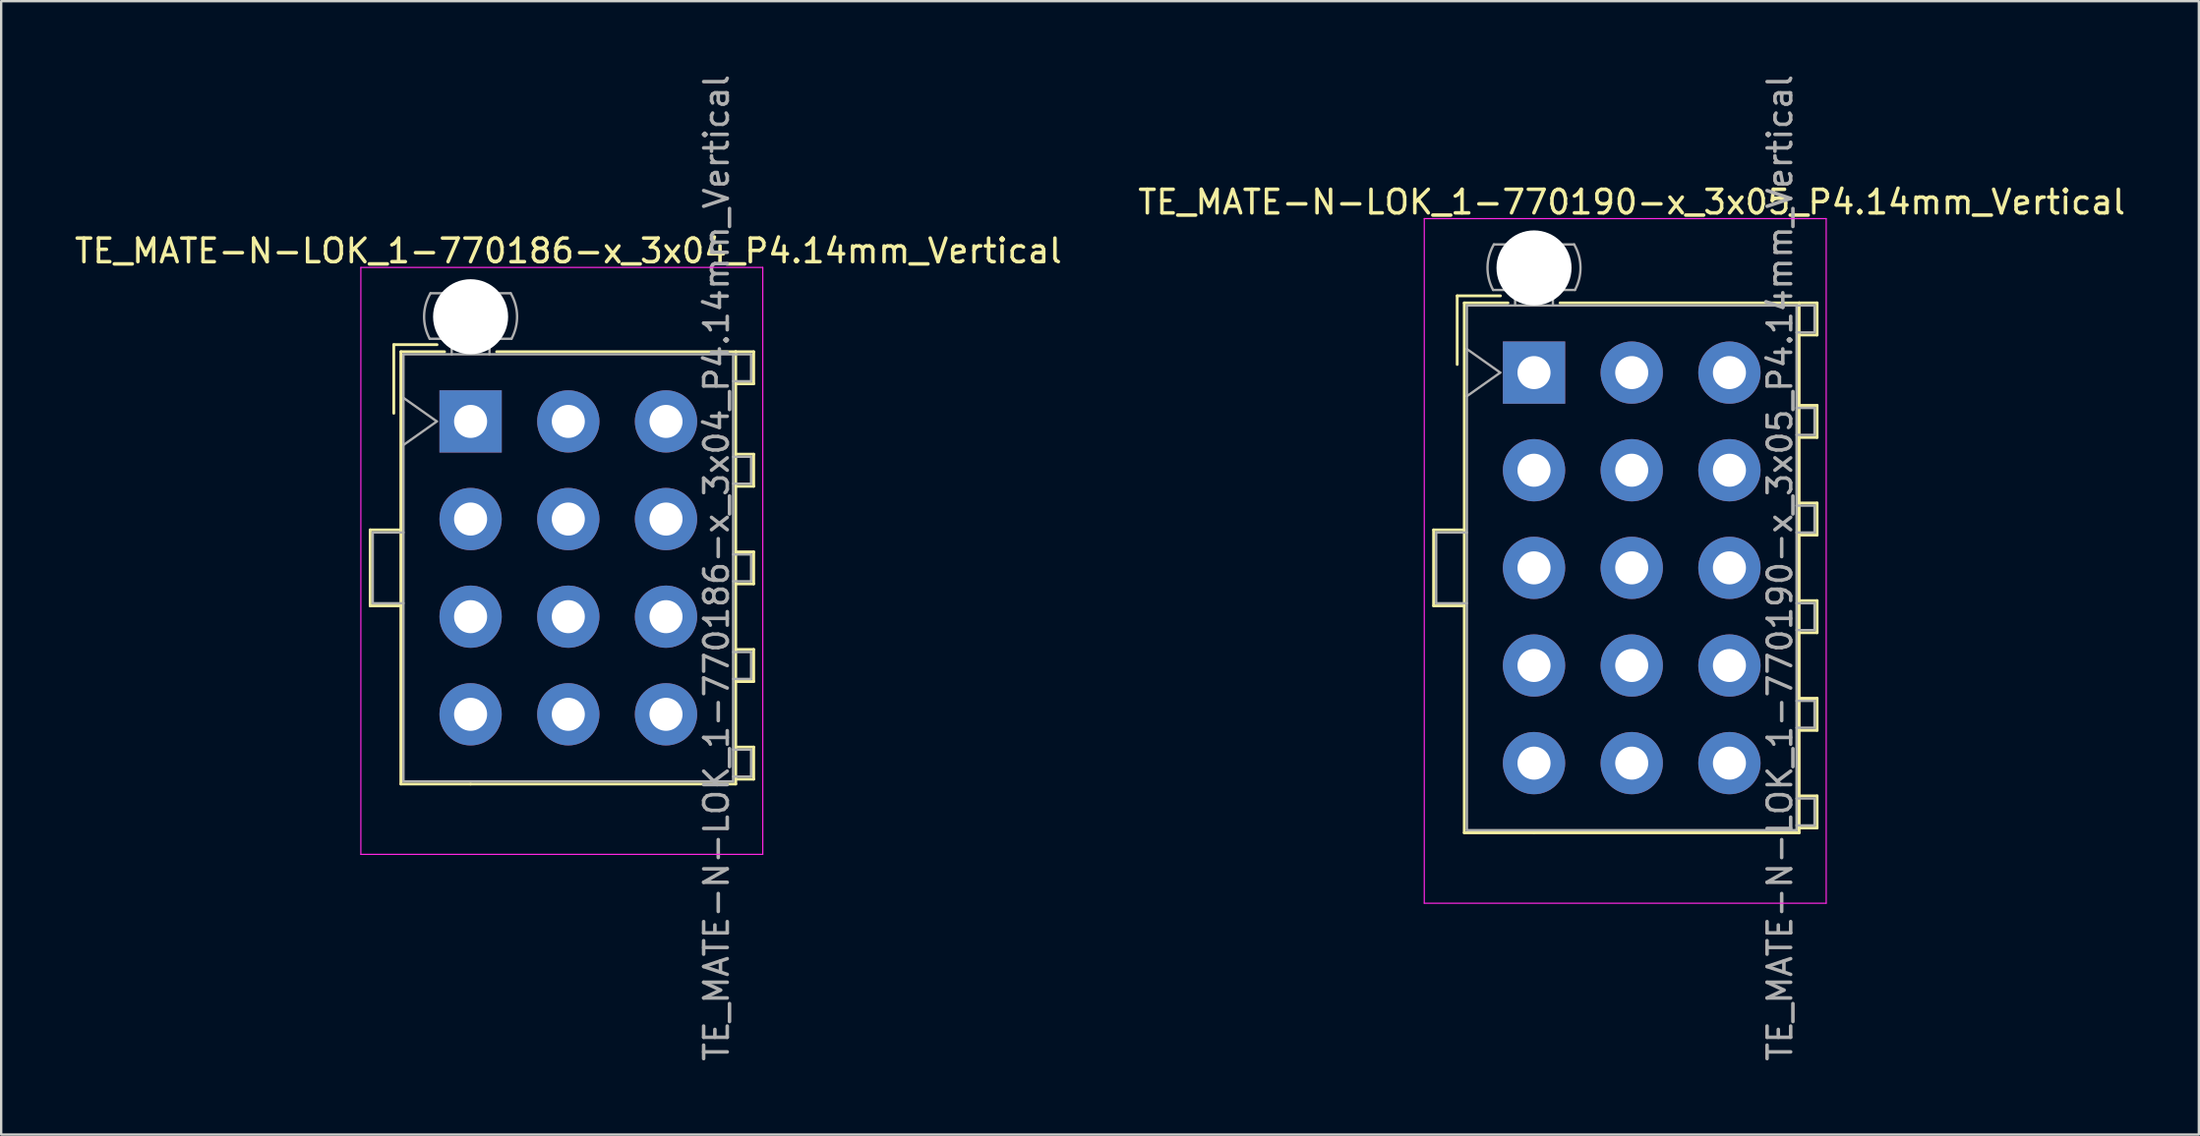
<source format=kicad_pcb>
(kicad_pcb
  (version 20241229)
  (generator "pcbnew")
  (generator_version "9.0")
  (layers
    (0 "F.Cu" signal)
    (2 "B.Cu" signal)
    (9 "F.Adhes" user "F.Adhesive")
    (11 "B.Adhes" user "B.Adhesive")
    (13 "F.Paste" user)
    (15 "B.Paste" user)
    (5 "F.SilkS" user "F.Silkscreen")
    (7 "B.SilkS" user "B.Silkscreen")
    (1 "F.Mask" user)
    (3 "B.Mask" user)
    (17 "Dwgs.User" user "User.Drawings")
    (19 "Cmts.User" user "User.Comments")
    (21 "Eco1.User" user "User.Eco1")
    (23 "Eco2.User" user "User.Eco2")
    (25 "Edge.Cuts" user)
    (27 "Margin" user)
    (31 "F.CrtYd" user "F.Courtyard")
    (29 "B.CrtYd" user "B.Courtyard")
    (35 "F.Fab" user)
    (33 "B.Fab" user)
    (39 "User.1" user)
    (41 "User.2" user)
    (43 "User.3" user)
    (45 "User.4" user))
  (footprint "TE_MATE-N-LOK_1-770186-x_3x04_P4.14mm_Vertical"
    (layer "F.Cu")
    (at 16.89 14.82)
    (property "Reference" "TE_MATE-N-LOK_1-770186-x_3x04_P4.14mm_Vertical" (at 4.14 -7.23 0) (layer "F.SilkS") (effects (font (size 1 1) (thickness 0.15))))
    (attr through_hole)
    (fp_line (start -4.255 4.6) (end -4.255 7.82) (stroke (width 0.12) (type solid)) (layer "F.SilkS"))
    (fp_line (start -4.255 7.82) (end -2.955 7.82) (stroke (width 0.12) (type solid)) (layer "F.SilkS"))
    (fp_line (start -3.255 -3.255) (end -3.255 -0.345) (stroke (width 0.12) (type solid)) (layer "F.SilkS"))
    (fp_line (start -2.955 -2.955) (end -2.955 15.375) (stroke (width 0.12) (type solid)) (layer "F.SilkS"))
    (fp_line (start -2.955 4.6) (end -4.255 4.6) (stroke (width 0.12) (type solid)) (layer "F.SilkS"))
    (fp_line (start -2.955 15.375) (end 0 15.375) (stroke (width 0.12) (type solid)) (layer "F.SilkS"))
    (fp_line (start -1.421 -3.255) (end -3.255 -3.255) (stroke (width 0.12) (type solid)) (layer "F.SilkS"))
    (fp_line (start -1.103 -2.955) (end -2.955 -2.955) (stroke (width 0.12) (type solid)) (layer "F.SilkS"))
    (fp_line (start 1.103 -2.955) (end 11.235 -2.955) (stroke (width 0.12) (type solid)) (layer "F.SilkS"))
    (fp_line (start 11.235 -2.955) (end 11.235 15.375) (stroke (width 0.12) (type solid)) (layer "F.SilkS"))
    (fp_line (start 11.235 -2.955) (end 11.995 -2.955) (stroke (width 0.12) (type solid)) (layer "F.SilkS"))
    (fp_line (start 11.235 1.39) (end 11.995 1.39) (stroke (width 0.12) (type solid)) (layer "F.SilkS"))
    (fp_line (start 11.235 5.53) (end 11.995 5.53) (stroke (width 0.12) (type solid)) (layer "F.SilkS"))
    (fp_line (start 11.235 9.67) (end 11.995 9.67) (stroke (width 0.12) (type solid)) (layer "F.SilkS"))
    (fp_line (start 11.235 13.81) (end 11.995 13.81) (stroke (width 0.12) (type solid)) (layer "F.SilkS"))
    (fp_line (start 11.235 15.375) (end 0 15.375) (stroke (width 0.12) (type solid)) (layer "F.SilkS"))
    (fp_line (start 11.995 -2.955) (end 11.995 -1.595) (stroke (width 0.12) (type solid)) (layer "F.SilkS"))
    (fp_line (start 11.995 -1.595) (end 11.235 -1.595) (stroke (width 0.12) (type solid)) (layer "F.SilkS"))
    (fp_line (start 11.995 1.39) (end 11.995 2.75) (stroke (width 0.12) (type solid)) (layer "F.SilkS"))
    (fp_line (start 11.995 2.75) (end 11.235 2.75) (stroke (width 0.12) (type solid)) (layer "F.SilkS"))
    (fp_line (start 11.995 5.53) (end 11.995 6.89) (stroke (width 0.12) (type solid)) (layer "F.SilkS"))
    (fp_line (start 11.995 6.89) (end 11.235 6.89) (stroke (width 0.12) (type solid)) (layer "F.SilkS"))
    (fp_line (start 11.995 9.67) (end 11.995 11.03) (stroke (width 0.12) (type solid)) (layer "F.SilkS"))
    (fp_line (start 11.995 11.03) (end 11.235 11.03) (stroke (width 0.12) (type solid)) (layer "F.SilkS"))
    (fp_line (start 11.995 13.81) (end 11.995 15.17) (stroke (width 0.12) (type solid)) (layer "F.SilkS"))
    (fp_line (start 11.995 15.17) (end 11.235 15.17) (stroke (width 0.12) (type solid)) (layer "F.SilkS"))
    (fp_line (start -4.65 -6.53) (end -4.65 18.36) (stroke (width 0.05) (type solid)) (layer "F.CrtYd"))
    (fp_line (start -4.65 18.36) (end 12.38 18.36) (stroke (width 0.05) (type solid)) (layer "F.CrtYd"))
    (fp_line (start 12.38 -6.53) (end -4.65 -6.53) (stroke (width 0.05) (type solid)) (layer "F.CrtYd"))
    (fp_line (start 12.38 18.36) (end 12.38 -6.53) (stroke (width 0.05) (type solid)) (layer "F.CrtYd"))
    (fp_line (start -4.145 4.71) (end -4.145 7.71) (stroke (width 0.1) (type solid)) (layer "F.Fab"))
    (fp_line (start -4.145 7.71) (end -2.845 7.71) (stroke (width 0.1) (type solid)) (layer "F.Fab"))
    (fp_line (start -2.845 -2.845) (end -2.845 15.265) (stroke (width 0.1) (type solid)) (layer "F.Fab"))
    (fp_line (start -2.845 -1) (end -1.431 0) (stroke (width 0.1) (type solid)) (layer "F.Fab"))
    (fp_line (start -2.845 4.71) (end -4.145 4.71) (stroke (width 0.1) (type solid)) (layer "F.Fab"))
    (fp_line (start -2.845 15.265) (end 11.125 15.265) (stroke (width 0.1) (type solid)) (layer "F.Fab"))
    (fp_line (start -1.431 0) (end -2.845 1) (stroke (width 0.1) (type solid)) (layer "F.Fab"))
    (fp_line (start -0.8 -2.845) (end -0.8 -3.505) (stroke (width 0.1) (type solid)) (layer "F.Fab"))
    (fp_line (start 0.8 -2.845) (end 0.8 -3.505) (stroke (width 0.1) (type solid)) (layer "F.Fab"))
    (fp_line (start 1.7 -5.436) (end -1.7 -5.436) (stroke (width 0.1) (type solid)) (layer "F.Fab"))
    (fp_line (start 1.734 -3.505) (end -1.734 -3.505) (stroke (width 0.1) (type solid)) (layer "F.Fab"))
    (fp_line (start 11.125 -2.845) (end -2.845 -2.845) (stroke (width 0.1) (type solid)) (layer "F.Fab"))
    (fp_line (start 11.125 -2.845) (end 11.885 -2.845) (stroke (width 0.1) (type solid)) (layer "F.Fab"))
    (fp_line (start 11.125 1.5) (end 11.885 1.5) (stroke (width 0.1) (type solid)) (layer "F.Fab"))
    (fp_line (start 11.125 5.64) (end 11.885 5.64) (stroke (width 0.1) (type solid)) (layer "F.Fab"))
    (fp_line (start 11.125 9.78) (end 11.885 9.78) (stroke (width 0.1) (type solid)) (layer "F.Fab"))
    (fp_line (start 11.125 13.92) (end 11.885 13.92) (stroke (width 0.1) (type solid)) (layer "F.Fab"))
    (fp_line (start 11.125 15.265) (end 11.125 -2.845) (stroke (width 0.1) (type solid)) (layer "F.Fab"))
    (fp_line (start 11.885 -2.845) (end 11.885 -1.705) (stroke (width 0.1) (type solid)) (layer "F.Fab"))
    (fp_line (start 11.885 -1.705) (end 11.125 -1.705) (stroke (width 0.1) (type solid)) (layer "F.Fab"))
    (fp_line (start 11.885 1.5) (end 11.885 2.64) (stroke (width 0.1) (type solid)) (layer "F.Fab"))
    (fp_line (start 11.885 2.64) (end 11.125 2.64) (stroke (width 0.1) (type solid)) (layer "F.Fab"))
    (fp_line (start 11.885 5.64) (end 11.885 6.78) (stroke (width 0.1) (type solid)) (layer "F.Fab"))
    (fp_line (start 11.885 6.78) (end 11.125 6.78) (stroke (width 0.1) (type solid)) (layer "F.Fab"))
    (fp_line (start 11.885 9.78) (end 11.885 10.92) (stroke (width 0.1) (type solid)) (layer "F.Fab"))
    (fp_line (start 11.885 10.92) (end 11.125 10.92) (stroke (width 0.1) (type solid)) (layer "F.Fab"))
    (fp_line (start 11.885 13.92) (end 11.885 15.06) (stroke (width 0.1) (type solid)) (layer "F.Fab"))
    (fp_line (start 11.885 15.06) (end 11.125 15.06) (stroke (width 0.1) (type solid)) (layer "F.Fab"))
    (fp_arc (start -1.733977 -3.505) (mid -1.96969 -4.474992) (end -1.699672 -5.436) (stroke (width 0.1) (type solid)) (layer "F.Fab"))
    (fp_arc (start 1.699672 -5.436) (mid 1.969689 -4.474992) (end 1.733977 -3.505) (stroke (width 0.1) (type solid)) (layer "F.Fab"))
    (fp_text user "${REFERENCE}" (at 10.42 6.21 90) (layer "F.Fab") (effects (font (size 1 1) (thickness 0.15))))
    (pad "" np_thru_hole circle (at 0 -4.44) (size 3.18 3.18) (drill 3.18) (layers "*.Cu" "*.Mask"))
    (pad "1" thru_hole rect (at 0 0) (size 2.64 2.64) (drill 1.4) (layers "*.Cu" "*.Mask"))
    (pad "2" thru_hole circle (at 0 4.14) (size 2.64 2.64) (drill 1.4) (layers "*.Cu" "*.Mask"))
    (pad "3" thru_hole circle (at 0 8.28) (size 2.64 2.64) (drill 1.4) (layers "*.Cu" "*.Mask"))
    (pad "4" thru_hole circle (at 0 12.42) (size 2.64 2.64) (drill 1.4) (layers "*.Cu" "*.Mask"))
    (pad "5" thru_hole circle (at 4.14 0) (size 2.64 2.64) (drill 1.4) (layers "*.Cu" "*.Mask"))
    (pad "6" thru_hole circle (at 4.14 4.14) (size 2.64 2.64) (drill 1.4) (layers "*.Cu" "*.Mask"))
    (pad "7" thru_hole circle (at 4.14 8.28) (size 2.64 2.64) (drill 1.4) (layers "*.Cu" "*.Mask"))
    (pad "8" thru_hole circle (at 4.14 12.42) (size 2.64 2.64) (drill 1.4) (layers "*.Cu" "*.Mask"))
    (pad "9" thru_hole circle (at 8.28 0) (size 2.64 2.64) (drill 1.4) (layers "*.Cu" "*.Mask"))
    (pad "10" thru_hole circle (at 8.28 4.14) (size 2.64 2.64) (drill 1.4) (layers "*.Cu" "*.Mask"))
    (pad "11" thru_hole circle (at 8.28 8.28) (size 2.64 2.64) (drill 1.4) (layers "*.Cu" "*.Mask"))
    (pad "12" thru_hole circle (at 8.28 12.42) (size 2.64 2.64) (drill 1.4) (layers "*.Cu" "*.Mask")))
  (footprint "TE_MATE-N-LOK_1-770190-x_3x05_P4.14mm_Vertical"
    (layer "F.Cu")
    (at 61.949 12.75)
    (property "Reference" "TE_MATE-N-LOK_1-770190-x_3x05_P4.14mm_Vertical" (at 4.14 -7.23 0) (layer "F.SilkS") (effects (font (size 1 1) (thickness 0.15))))
    (attr through_hole)
    (fp_line (start -4.255 6.67) (end -4.255 9.89) (stroke (width 0.12) (type solid)) (layer "F.SilkS"))
    (fp_line (start -4.255 9.89) (end -2.955 9.89) (stroke (width 0.12) (type solid)) (layer "F.SilkS"))
    (fp_line (start -3.255 -3.255) (end -3.255 -0.345) (stroke (width 0.12) (type solid)) (layer "F.SilkS"))
    (fp_line (start -2.955 -2.955) (end -2.955 19.515) (stroke (width 0.12) (type solid)) (layer "F.SilkS"))
    (fp_line (start -2.955 6.67) (end -4.255 6.67) (stroke (width 0.12) (type solid)) (layer "F.SilkS"))
    (fp_line (start -2.955 19.515) (end 0 19.515) (stroke (width 0.12) (type solid)) (layer "F.SilkS"))
    (fp_line (start -1.421 -3.255) (end -3.255 -3.255) (stroke (width 0.12) (type solid)) (layer "F.SilkS"))
    (fp_line (start -1.103 -2.955) (end -2.955 -2.955) (stroke (width 0.12) (type solid)) (layer "F.SilkS"))
    (fp_line (start 1.103 -2.955) (end 11.235 -2.955) (stroke (width 0.12) (type solid)) (layer "F.SilkS"))
    (fp_line (start 11.235 -2.955) (end 11.235 19.515) (stroke (width 0.12) (type solid)) (layer "F.SilkS"))
    (fp_line (start 11.235 -2.955) (end 11.995 -2.955) (stroke (width 0.12) (type solid)) (layer "F.SilkS"))
    (fp_line (start 11.235 1.39) (end 11.995 1.39) (stroke (width 0.12) (type solid)) (layer "F.SilkS"))
    (fp_line (start 11.235 5.53) (end 11.995 5.53) (stroke (width 0.12) (type solid)) (layer "F.SilkS"))
    (fp_line (start 11.235 9.67) (end 11.995 9.67) (stroke (width 0.12) (type solid)) (layer "F.SilkS"))
    (fp_line (start 11.235 13.81) (end 11.995 13.81) (stroke (width 0.12) (type solid)) (layer "F.SilkS"))
    (fp_line (start 11.235 17.95) (end 11.995 17.95) (stroke (width 0.12) (type solid)) (layer "F.SilkS"))
    (fp_line (start 11.235 19.515) (end 0 19.515) (stroke (width 0.12) (type solid)) (layer "F.SilkS"))
    (fp_line (start 11.995 -2.955) (end 11.995 -1.595) (stroke (width 0.12) (type solid)) (layer "F.SilkS"))
    (fp_line (start 11.995 -1.595) (end 11.235 -1.595) (stroke (width 0.12) (type solid)) (layer "F.SilkS"))
    (fp_line (start 11.995 1.39) (end 11.995 2.75) (stroke (width 0.12) (type solid)) (layer "F.SilkS"))
    (fp_line (start 11.995 2.75) (end 11.235 2.75) (stroke (width 0.12) (type solid)) (layer "F.SilkS"))
    (fp_line (start 11.995 5.53) (end 11.995 6.89) (stroke (width 0.12) (type solid)) (layer "F.SilkS"))
    (fp_line (start 11.995 6.89) (end 11.235 6.89) (stroke (width 0.12) (type solid)) (layer "F.SilkS"))
    (fp_line (start 11.995 9.67) (end 11.995 11.03) (stroke (width 0.12) (type solid)) (layer "F.SilkS"))
    (fp_line (start 11.995 11.03) (end 11.235 11.03) (stroke (width 0.12) (type solid)) (layer "F.SilkS"))
    (fp_line (start 11.995 13.81) (end 11.995 15.17) (stroke (width 0.12) (type solid)) (layer "F.SilkS"))
    (fp_line (start 11.995 15.17) (end 11.235 15.17) (stroke (width 0.12) (type solid)) (layer "F.SilkS"))
    (fp_line (start 11.995 17.95) (end 11.995 19.31) (stroke (width 0.12) (type solid)) (layer "F.SilkS"))
    (fp_line (start 11.995 19.31) (end 11.235 19.31) (stroke (width 0.12) (type solid)) (layer "F.SilkS"))
    (fp_line (start -4.65 -6.53) (end -4.65 22.5) (stroke (width 0.05) (type solid)) (layer "F.CrtYd"))
    (fp_line (start -4.65 22.5) (end 12.38 22.5) (stroke (width 0.05) (type solid)) (layer "F.CrtYd"))
    (fp_line (start 12.38 -6.53) (end -4.65 -6.53) (stroke (width 0.05) (type solid)) (layer "F.CrtYd"))
    (fp_line (start 12.38 22.5) (end 12.38 -6.53) (stroke (width 0.05) (type solid)) (layer "F.CrtYd"))
    (fp_line (start -4.145 6.78) (end -4.145 9.78) (stroke (width 0.1) (type solid)) (layer "F.Fab"))
    (fp_line (start -4.145 9.78) (end -2.845 9.78) (stroke (width 0.1) (type solid)) (layer "F.Fab"))
    (fp_line (start -2.845 -2.845) (end -2.845 19.405) (stroke (width 0.1) (type solid)) (layer "F.Fab"))
    (fp_line (start -2.845 -1) (end -1.431 0) (stroke (width 0.1) (type solid)) (layer "F.Fab"))
    (fp_line (start -2.845 6.78) (end -4.145 6.78) (stroke (width 0.1) (type solid)) (layer "F.Fab"))
    (fp_line (start -2.845 19.405) (end 11.125 19.405) (stroke (width 0.1) (type solid)) (layer "F.Fab"))
    (fp_line (start -1.431 0) (end -2.845 1) (stroke (width 0.1) (type solid)) (layer "F.Fab"))
    (fp_line (start -0.8 -2.845) (end -0.8 -3.505) (stroke (width 0.1) (type solid)) (layer "F.Fab"))
    (fp_line (start 0.8 -2.845) (end 0.8 -3.505) (stroke (width 0.1) (type solid)) (layer "F.Fab"))
    (fp_line (start 1.7 -5.436) (end -1.7 -5.436) (stroke (width 0.1) (type solid)) (layer "F.Fab"))
    (fp_line (start 1.734 -3.505) (end -1.734 -3.505) (stroke (width 0.1) (type solid)) (layer "F.Fab"))
    (fp_line (start 11.125 -2.845) (end -2.845 -2.845) (stroke (width 0.1) (type solid)) (layer "F.Fab"))
    (fp_line (start 11.125 -2.845) (end 11.885 -2.845) (stroke (width 0.1) (type solid)) (layer "F.Fab"))
    (fp_line (start 11.125 1.5) (end 11.885 1.5) (stroke (width 0.1) (type solid)) (layer "F.Fab"))
    (fp_line (start 11.125 5.64) (end 11.885 5.64) (stroke (width 0.1) (type solid)) (layer "F.Fab"))
    (fp_line (start 11.125 9.78) (end 11.885 9.78) (stroke (width 0.1) (type solid)) (layer "F.Fab"))
    (fp_line (start 11.125 13.92) (end 11.885 13.92) (stroke (width 0.1) (type solid)) (layer "F.Fab"))
    (fp_line (start 11.125 18.06) (end 11.885 18.06) (stroke (width 0.1) (type solid)) (layer "F.Fab"))
    (fp_line (start 11.125 19.405) (end 11.125 -2.845) (stroke (width 0.1) (type solid)) (layer "F.Fab"))
    (fp_line (start 11.885 -2.845) (end 11.885 -1.705) (stroke (width 0.1) (type solid)) (layer "F.Fab"))
    (fp_line (start 11.885 -1.705) (end 11.125 -1.705) (stroke (width 0.1) (type solid)) (layer "F.Fab"))
    (fp_line (start 11.885 1.5) (end 11.885 2.64) (stroke (width 0.1) (type solid)) (layer "F.Fab"))
    (fp_line (start 11.885 2.64) (end 11.125 2.64) (stroke (width 0.1) (type solid)) (layer "F.Fab"))
    (fp_line (start 11.885 5.64) (end 11.885 6.78) (stroke (width 0.1) (type solid)) (layer "F.Fab"))
    (fp_line (start 11.885 6.78) (end 11.125 6.78) (stroke (width 0.1) (type solid)) (layer "F.Fab"))
    (fp_line (start 11.885 9.78) (end 11.885 10.92) (stroke (width 0.1) (type solid)) (layer "F.Fab"))
    (fp_line (start 11.885 10.92) (end 11.125 10.92) (stroke (width 0.1) (type solid)) (layer "F.Fab"))
    (fp_line (start 11.885 13.92) (end 11.885 15.06) (stroke (width 0.1) (type solid)) (layer "F.Fab"))
    (fp_line (start 11.885 15.06) (end 11.125 15.06) (stroke (width 0.1) (type solid)) (layer "F.Fab"))
    (fp_line (start 11.885 18.06) (end 11.885 19.2) (stroke (width 0.1) (type solid)) (layer "F.Fab"))
    (fp_line (start 11.885 19.2) (end 11.125 19.2) (stroke (width 0.1) (type solid)) (layer "F.Fab"))
    (fp_arc (start -1.733977 -3.505) (mid -1.96969 -4.474992) (end -1.699672 -5.436) (stroke (width 0.1) (type solid)) (layer "F.Fab"))
    (fp_arc (start 1.699672 -5.436) (mid 1.969689 -4.474992) (end 1.733977 -3.505) (stroke (width 0.1) (type solid)) (layer "F.Fab"))
    (fp_text user "${REFERENCE}" (at 10.42 8.28 90) (layer "F.Fab") (effects (font (size 1 1) (thickness 0.15))))
    (pad "" np_thru_hole circle (at 0 -4.44) (size 3.18 3.18) (drill 3.18) (layers "*.Cu" "*.Mask"))
    (pad "1" thru_hole rect (at 0 0) (size 2.64 2.64) (drill 1.4) (layers "*.Cu" "*.Mask"))
    (pad "2" thru_hole circle (at 0 4.14) (size 2.64 2.64) (drill 1.4) (layers "*.Cu" "*.Mask"))
    (pad "3" thru_hole circle (at 0 8.28) (size 2.64 2.64) (drill 1.4) (layers "*.Cu" "*.Mask"))
    (pad "4" thru_hole circle (at 0 12.42) (size 2.64 2.64) (drill 1.4) (layers "*.Cu" "*.Mask"))
    (pad "5" thru_hole circle (at 0 16.56) (size 2.64 2.64) (drill 1.4) (layers "*.Cu" "*.Mask"))
    (pad "6" thru_hole circle (at 4.14 0) (size 2.64 2.64) (drill 1.4) (layers "*.Cu" "*.Mask"))
    (pad "7" thru_hole circle (at 4.14 4.14) (size 2.64 2.64) (drill 1.4) (layers "*.Cu" "*.Mask"))
    (pad "8" thru_hole circle (at 4.14 8.28) (size 2.64 2.64) (drill 1.4) (layers "*.Cu" "*.Mask"))
    (pad "9" thru_hole circle (at 4.14 12.42) (size 2.64 2.64) (drill 1.4) (layers "*.Cu" "*.Mask"))
    (pad "10" thru_hole circle (at 4.14 16.56) (size 2.64 2.64) (drill 1.4) (layers "*.Cu" "*.Mask"))
    (pad "11" thru_hole circle (at 8.28 0) (size 2.64 2.64) (drill 1.4) (layers "*.Cu" "*.Mask"))
    (pad "12" thru_hole circle (at 8.28 4.14) (size 2.64 2.64) (drill 1.4) (layers "*.Cu" "*.Mask"))
    (pad "13" thru_hole circle (at 8.28 8.28) (size 2.64 2.64) (drill 1.4) (layers "*.Cu" "*.Mask"))
    (pad "14" thru_hole circle (at 8.28 12.42) (size 2.64 2.64) (drill 1.4) (layers "*.Cu" "*.Mask"))
    (pad "15" thru_hole circle (at 8.28 16.56) (size 2.64 2.64) (drill 1.4) (layers "*.Cu" "*.Mask")))
  (gr_rect
    (start -3 -3)
    (end 90.119 45.06)
    (stroke (width 0.1) (type default))
    (fill no)
    (layer "Edge.Cuts")))
</source>
